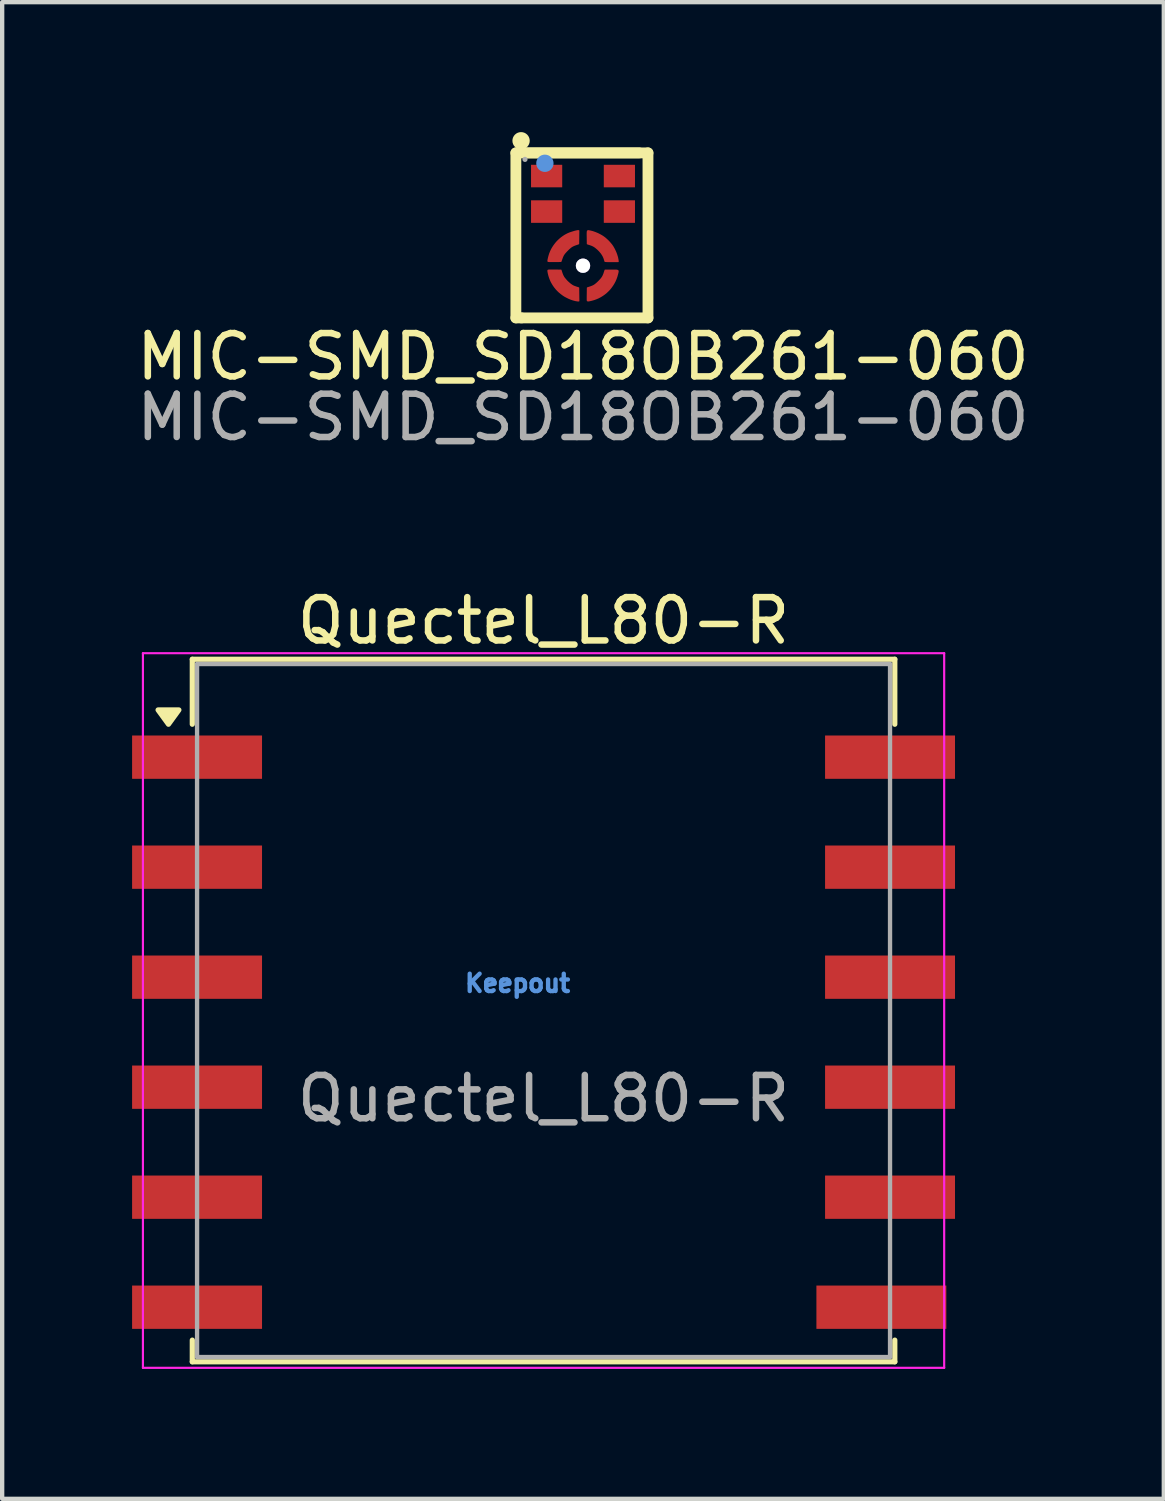
<source format=kicad_pcb>
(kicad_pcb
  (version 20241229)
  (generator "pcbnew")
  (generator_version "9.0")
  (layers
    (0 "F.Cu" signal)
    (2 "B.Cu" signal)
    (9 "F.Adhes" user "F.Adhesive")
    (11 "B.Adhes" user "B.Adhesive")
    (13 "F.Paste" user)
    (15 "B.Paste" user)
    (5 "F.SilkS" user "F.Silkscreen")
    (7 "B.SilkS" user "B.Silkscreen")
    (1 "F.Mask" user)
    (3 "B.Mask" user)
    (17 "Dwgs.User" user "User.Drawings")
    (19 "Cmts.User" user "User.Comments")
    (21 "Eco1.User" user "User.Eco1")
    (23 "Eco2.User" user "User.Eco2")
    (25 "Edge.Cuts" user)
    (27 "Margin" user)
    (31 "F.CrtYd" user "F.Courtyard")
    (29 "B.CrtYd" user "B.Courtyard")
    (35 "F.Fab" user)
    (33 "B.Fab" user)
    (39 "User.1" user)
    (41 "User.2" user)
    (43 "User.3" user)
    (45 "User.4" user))
  (footprint "Quectel_L80-R"
    (layer "F.Cu")
    (at 9.5 20.282)
    (property "Reference" "Quectel_L80-R" (at 0 -9 180) (layer "F.SilkS") (effects (font (size 1 1) (thickness 0.15))))
    (attr smd)
    (fp_line (start -8.11 -8.11) (end -8.11 -6.61) (stroke (width 0.12) (type solid)) (layer "F.SilkS"))
    (fp_line (start -8.11 8.11) (end -8.11 7.61) (stroke (width 0.12) (type default)) (layer "F.SilkS"))
    (fp_line (start 8.11 -8.11) (end -8.11 -8.11) (stroke (width 0.12) (type solid)) (layer "F.SilkS"))
    (fp_line (start 8.11 -8.11) (end 8.11 -6.61) (stroke (width 0.12) (type solid)) (layer "F.SilkS"))
    (fp_line (start 8.11 8.11) (end -8.11 8.11) (stroke (width 0.12) (type solid)) (layer "F.SilkS"))
    (fp_line (start 8.11 8.11) (end 8.11 7.61) (stroke (width 0.12) (type default)) (layer "F.SilkS"))
    (fp_poly (pts (xy -8.66 -6.61) (xy -8.9 -6.94) (xy -8.42 -6.94) (xy -8.66 -6.61)) (stroke (width 0.12) (type solid)) (fill yes) (layer "F.SilkS"))
    (fp_line (start -9.25 -8.25) (end -9.25 8.25) (stroke (width 0.05) (type solid)) (layer "F.CrtYd"))
    (fp_line (start -9.25 -8.25) (end 9.25 -8.25) (stroke (width 0.05) (type solid)) (layer "F.CrtYd"))
    (fp_line (start -9.25 8.25) (end 9.25 8.25) (stroke (width 0.05) (type solid)) (layer "F.CrtYd"))
    (fp_line (start 9.25 8.25) (end 9.25 -8.25) (stroke (width 0.05) (type solid)) (layer "F.CrtYd"))
    (fp_line (start -8 8) (end -8 -8) (stroke (width 0.1) (type solid)) (layer "F.Fab"))
    (fp_line (start 8 -8) (end -8 -8) (stroke (width 0.1) (type solid)) (layer "F.Fab"))
    (fp_line (start 8 8) (end -8 8) (stroke (width 0.1) (type solid)) (layer "F.Fab"))
    (fp_line (start 8 8) (end 8 -8) (stroke (width 0.1) (type solid)) (layer "F.Fab"))
    (fp_text user "Keepout" (at -0.6 -0.63 0) (layer "Cmts.User") (effects (font (size 0.4 0.4) (thickness 0.1))))
    (fp_text user "${REFERENCE}" (at 0 2.032 0) (layer "F.Fab") (effects (font (size 1 1) (thickness 0.15))))
    (pad "1" smd rect (at -8 -5.85 180) (size 3 1) (layers "F.Cu" "F.Mask" "F.Paste"))
    (pad "2" smd rect (at -8 -3.31 180) (size 3 1) (layers "F.Cu" "F.Mask" "F.Paste"))
    (pad "3" smd rect (at -8 -0.77 180) (size 3 1) (layers "F.Cu" "F.Mask" "F.Paste"))
    (pad "4" smd rect (at -8 1.77 180) (size 3 1) (layers "F.Cu" "F.Mask" "F.Paste"))
    (pad "5" smd rect (at -8 4.31 180) (size 3 1) (layers "F.Cu" "F.Mask" "F.Paste"))
    (pad "6" smd rect (at -8 6.85 180) (size 3 1) (layers "F.Cu" "F.Mask" "F.Paste"))
    (pad "7" smd rect (at 7.8 6.85 180) (size 3 1) (layers "F.Cu" "F.Mask" "F.Paste"))
    (pad "8" smd rect (at 8 4.31 180) (size 3 1) (layers "F.Cu" "F.Mask" "F.Paste"))
    (pad "9" smd rect (at 8 1.77 180) (size 3 1) (layers "F.Cu" "F.Mask" "F.Paste"))
    (pad "10" smd rect (at 8 -0.77 180) (size 3 1) (layers "F.Cu" "F.Mask" "F.Paste"))
    (pad "11" smd rect (at 8 -3.31 180) (size 3 1) (layers "F.Cu" "F.Mask" "F.Paste"))
    (pad "12" smd rect (at 8 -5.85 180) (size 3 1) (layers "F.Cu" "F.Mask" "F.Paste"))
    (zone (net_name "") (layer "F.Cu") (hatch full 0.508) (connect_pads) (min_thickness 0.254) (filled_areas_thickness no) (keepout (tracks not_allowed) (vias not_allowed) (pads not_allowed) (copperpour not_allowed) (footprints not_allowed)) (placement (enabled no)) (fill) (polygon (pts (xy 10.155 19.651) (xy 10.136 19.434) (xy 10.079 19.222) (xy 9.987 19.024) (xy 9.861 18.845) (xy 9.707 18.69) (xy 9.527 18.565) (xy 9.329 18.472) (xy 9.118 18.416) (xy 8.9 18.397) (xy 8.682 18.416) (xy 8.471 18.472) (xy 8.273 18.565) (xy 8.093 18.69) (xy 7.939 18.845) (xy 7.813 19.024) (xy 7.721 19.222) (xy 7.664 19.434) (xy 7.645 19.651) (xy 7.664 19.869) (xy 7.721 20.081) (xy 7.813 20.279) (xy 7.939 20.458) (xy 8.093 20.613) (xy 8.273 20.738) (xy 8.471 20.831) (xy 8.682 20.887) (xy 8.9 20.906) (xy 9.118 20.887) (xy 9.329 20.831) (xy 9.527 20.738) (xy 9.707 20.613) (xy 9.861 20.458) (xy 9.987 20.279) (xy 10.079 20.081) (xy 10.136 19.869)))))
  (footprint "MIC-SMD_SD18OB261-060"
    (layer "F.Cu")
    (at 10.411 2.285)
    (property "Reference" "MIC-SMD_SD18OB261-060" (at 0 2.9 0) (unlocked yes) (layer "F.SilkS") (effects (font (size 1 1) (thickness 0.15))))
    (attr smd)
    (fp_line (start -1.55 -1.805) (end 1.5 -1.805) (stroke (width 0.25) (type solid)) (layer "F.SilkS"))
    (fp_line (start -1.55 2.005) (end -1.55 -1.805) (stroke (width 0.25) (type solid)) (layer "F.SilkS"))
    (fp_line (start -1.42 2.005) (end -1.55 2.005) (stroke (width 0.25) (type solid)) (layer "F.SilkS"))
    (fp_line (start -1.42 2.005) (end 1.5 2.005) (stroke (width 0.25) (type solid)) (layer "F.SilkS"))
    (fp_line (start 1.3 -1.805) (end -1.35 -1.805) (stroke (width 0.25) (type solid)) (layer "F.SilkS"))
    (fp_line (start 1.5 2.005) (end 1.5 -1.805) (stroke (width 0.25) (type solid)) (layer "F.SilkS"))
    (fp_circle (center -1.43 -2.085) (end -1.33 -2.085) (stroke (width 0.2) (type solid)) (fill no) (layer "F.SilkS"))
    (fp_circle (center -0.88 -1.565) (end -0.78 -1.565) (stroke (width 0.2) (type solid)) (fill no) (layer "Cmts.User"))
    (fp_circle (center -1.34 -1.655) (end -1.31 -1.655) (stroke (width 0.06) (type solid)) (fill no) (layer "F.Fab"))
    (fp_text user "${REFERENCE}" (at 0 4.3 0) (unlocked yes) (layer "F.Fab") (effects (font (size 1 1) (thickness 0.15))))
    (pad "" thru_hole circle (at 0 0.8) (size 0.33 0.33) (drill 0.33) (layers "*.Cu" "*.Mask"))
    (pad "1" smd rect (at -0.84 -1.27) (size 0.72 0.52) (layers "F.Cu" "F.Mask" "F.Paste"))
    (pad "2" smd rect (at -0.84 -0.45) (size 0.72 0.52) (layers "F.Cu" "F.Mask" "F.Paste"))
    (pad "3" smd custom (at -0.53 1.24) (size 0.1 0.1) (layers "F.Cu" "F.Mask" "F.Paste") (options (anchor circle)) (primitives (gr_poly (pts (xy -0.187 -0.34) (xy -0.169 -0.34) (xy -0.127 -0.339) (xy 0.022 -0.338) (xy 0.039 -0.284) (xy 0.047 -0.261) (xy 0.056 -0.238) (xy 0.06 -0.227) (xy 0.065 -0.217) (xy 0.068 -0.209) (xy 0.072 -0.202) (xy 0.08 -0.187) (xy 0.089 -0.172) (xy 0.1 -0.157) (xy 0.113 -0.141) (xy 0.127 -0.124) (xy 0.141 -0.108) (xy 0.156 -0.091) (xy 0.172 -0.075) (xy 0.189 -0.059) (xy 0.206 -0.044) (xy 0.222 -0.03) (xy 0.239 -0.016) (xy 0.256 -0.004) (xy 0.272 0.007) (xy 0.287 0.017) (xy 0.302 0.025) (xy 0.309 0.029) (xy 0.319 0.033) (xy 0.329 0.037) (xy 0.34 0.041) (xy 0.351 0.045) (xy 0.362 0.049) (xy 0.373 0.053) (xy 0.383 0.056) (xy 0.43 0.071) (xy 0.432 0.222) (xy 0.434 0.374) (xy 0.412 0.373) (xy 0.407 0.373) (xy 0.4 0.372) (xy 0.393 0.371) (xy 0.385 0.37) (xy 0.376 0.368) (xy 0.367 0.367) (xy 0.358 0.365) (xy 0.35 0.363) (xy 0.349 0.363) (xy 0.297 0.349) (xy 0.247 0.332) (xy 0.198 0.311) (xy 0.151 0.288) (xy 0.105 0.263) (xy 0.061 0.234) (xy 0.02 0.203) (xy -0.02 0.17) (xy -0.057 0.135) (xy -0.092 0.097) (xy -0.124 0.057) (xy -0.154 0.015) (xy -0.181 -0.029) (xy -0.206 -0.074) (xy -0.227 -0.122) (xy -0.245 -0.17) (xy -0.253 -0.195) (xy -0.26 -0.22) (xy -0.266 -0.245) (xy -0.272 -0.269) (xy -0.276 -0.291) (xy -0.279 -0.31) (xy -0.28 -0.317) (xy -0.28 -0.323) (xy -0.28 -0.328) (xy -0.279 -0.331) (xy -0.279 -0.332) (xy -0.278 -0.333) (xy -0.278 -0.334) (xy -0.277 -0.334) (xy -0.276 -0.335) (xy -0.275 -0.335) (xy -0.273 -0.336) (xy -0.272 -0.336) (xy -0.27 -0.337) (xy -0.268 -0.337) (xy -0.265 -0.338) (xy -0.263 -0.338) (xy -0.26 -0.338) (xy -0.256 -0.339) (xy -0.249 -0.339) (xy -0.24 -0.339) (xy -0.229 -0.34) (xy -0.217 -0.34) (xy -0.203 -0.34)) (width 0.025) (fill yes))))
    (pad "3" smd custom (at -0.38 0.32) (size 0.1 0.1) (layers "F.Cu" "F.Mask" "F.Paste") (options (anchor circle)) (primitives (gr_poly (pts (xy 0.281 -0.178) (xy 0.279 -0.026) (xy 0.218 -0.005) (xy 0.202 0.000475) (xy 0.188 0.006) (xy 0.174 0.011) (xy 0.162 0.017) (xy 0.15 0.022) (xy 0.139 0.028) (xy 0.128 0.034) (xy 0.117 0.041) (xy 0.107 0.048) (xy 0.096 0.056) (xy 0.085 0.065) (xy 0.074 0.075) (xy 0.062 0.085) (xy 0.049 0.097) (xy 0.022 0.124) (xy 0.007 0.139) (xy -0.006 0.152) (xy -0.017 0.165) (xy -0.028 0.177) (xy -0.038 0.188) (xy -0.047 0.199) (xy -0.055 0.21) (xy -0.062 0.22) (xy -0.069 0.231) (xy -0.075 0.242) (xy -0.081 0.253) (xy -0.086 0.265) (xy -0.092 0.277) (xy -0.097 0.291) (xy -0.102 0.305) (xy -0.108 0.321) (xy -0.129 0.382) (xy -0.277 0.384) (xy -0.351 0.384) (xy -0.377 0.384) (xy -0.397 0.383) (xy -0.412 0.382) (xy -0.421 0.381) (xy -0.424 0.38) (xy -0.427 0.379) (xy -0.428 0.378) (xy -0.429 0.377) (xy -0.429 0.377) (xy -0.429 0.375) (xy -0.429 0.373) (xy -0.43 0.368) (xy -0.429 0.361) (xy -0.428 0.353) (xy -0.427 0.344) (xy -0.425 0.334) (xy -0.42 0.311) (xy -0.414 0.285) (xy -0.407 0.259) (xy -0.399 0.232) (xy -0.395 0.219) (xy -0.391 0.206) (xy -0.375 0.166) (xy -0.358 0.127) (xy -0.338 0.088) (xy -0.316 0.051) (xy -0.292 0.015) (xy -0.266 -0.02) (xy -0.239 -0.054) (xy -0.21 -0.086) (xy -0.179 -0.116) (xy -0.147 -0.145) (xy -0.113 -0.172) (xy -0.079 -0.197) (xy -0.043 -0.22) (xy -0.006 -0.241) (xy 0.032 -0.26) (xy 0.07 -0.276) (xy 0.096 -0.285) (xy 0.124 -0.294) (xy 0.153 -0.303) (xy 0.182 -0.312) (xy 0.209 -0.319) (xy 0.232 -0.324) (xy 0.251 -0.328) (xy 0.259 -0.329) (xy 0.265 -0.329) (xy 0.283 -0.329)) (width 0.025) (fill yes))))
    (pad "3" smd custom (at 0.45 0.33) (size 0.1 0.1) (layers "F.Cu" "F.Mask" "F.Paste") (options (anchor circle)) (primitives (gr_poly (pts (xy -0.322 -0.338) (xy -0.313 -0.337) (xy -0.292 -0.333) (xy -0.271 -0.328) (xy -0.25 -0.323) (xy -0.228 -0.317) (xy -0.206 -0.31) (xy -0.184 -0.302) (xy -0.162 -0.294) (xy -0.14 -0.285) (xy -0.118 -0.276) (xy -0.096 -0.266) (xy -0.075 -0.255) (xy -0.054 -0.244) (xy -0.034 -0.233) (xy -0.014 -0.221) (xy 0.005 -0.21) (xy 0.023 -0.197) (xy 0.04 -0.185) (xy 0.053 -0.175) (xy 0.065 -0.165) (xy 0.078 -0.154) (xy 0.091 -0.142) (xy 0.104 -0.13) (xy 0.118 -0.117) (xy 0.131 -0.104) (xy 0.144 -0.091) (xy 0.156 -0.078) (xy 0.169 -0.064) (xy 0.18 -0.051) (xy 0.191 -0.038) (xy 0.202 -0.025) (xy 0.212 -0.012) (xy 0.221 0.000206) (xy 0.229 0.012) (xy 0.241 0.03) (xy 0.252 0.05) (xy 0.264 0.07) (xy 0.275 0.091) (xy 0.285 0.112) (xy 0.295 0.133) (xy 0.305 0.155) (xy 0.314 0.177) (xy 0.322 0.199) (xy 0.33 0.221) (xy 0.336 0.242) (xy 0.343 0.263) (xy 0.348 0.283) (xy 0.352 0.303) (xy 0.356 0.322) (xy 0.359 0.34) (xy 0.363 0.375) (xy 0.212 0.375) (xy 0.153 0.375) (xy 0.104 0.374) (xy 0.086 0.373) (xy 0.071 0.372) (xy 0.062 0.371) (xy 0.059 0.371) (xy 0.058 0.37) (xy 0.058 0.37) (xy 0.058 0.37) (xy 0.058 0.369) (xy 0.057 0.367) (xy 0.056 0.365) (xy 0.055 0.361) (xy 0.053 0.355) (xy 0.051 0.349) (xy 0.049 0.341) (xy 0.044 0.326) (xy 0.039 0.309) (xy 0.033 0.292) (xy 0.026 0.275) (xy 0.018 0.258) (xy 0.01 0.242) (xy 0.000302 0.226) (xy -0.01 0.209) (xy -0.021 0.193) (xy -0.032 0.177) (xy -0.045 0.162) (xy -0.058 0.146) (xy -0.071 0.131) (xy -0.086 0.116) (xy -0.101 0.101) (xy -0.117 0.086) (xy -0.134 0.072) (xy -0.144 0.063) (xy -0.154 0.055) (xy -0.164 0.047) (xy -0.173 0.04) (xy -0.183 0.034) (xy -0.192 0.028) (xy -0.2 0.023) (xy -0.209 0.017) (xy -0.219 0.013) (xy -0.228 0.008) (xy -0.238 0.003) (xy -0.248 -0.001) (xy -0.259 -0.005) (xy -0.271 -0.009) (xy -0.283 -0.014) (xy -0.297 -0.018) (xy -0.35 -0.035) (xy -0.352 -0.184) (xy -0.353 -0.24) (xy -0.353 -0.281) (xy -0.352 -0.297) (xy -0.351 -0.31) (xy -0.35 -0.32) (xy -0.348 -0.327) (xy -0.346 -0.33) (xy -0.344 -0.333) (xy -0.343 -0.335) (xy -0.341 -0.336) (xy -0.338 -0.338) (xy -0.336 -0.338) (xy -0.329 -0.339)) (width 0.025) (fill yes))))
    (pad "3" smd custom (at 0.63 1.11) (size 0.1 0.1) (layers "F.Cu" "F.Mask" "F.Paste") (options (anchor circle)) (primitives (gr_poly (pts (xy 0.109 -0.208) (xy 0.128 -0.207) (xy 0.144 -0.207) (xy 0.156 -0.205) (xy 0.162 -0.204) (xy 0.166 -0.202) (xy 0.17 -0.201) (xy 0.173 -0.199) (xy 0.176 -0.197) (xy 0.178 -0.194) (xy 0.179 -0.191) (xy 0.18 -0.188) (xy 0.181 -0.184) (xy 0.181 -0.18) (xy 0.18 -0.17) (xy 0.178 -0.158) (xy 0.175 -0.144) (xy 0.166 -0.109) (xy 0.151 -0.055) (xy 0.132 -0.003) (xy 0.11 0.048) (xy 0.084 0.097) (xy 0.055 0.144) (xy 0.023 0.189) (xy -0.011 0.232) (xy -0.049 0.272) (xy -0.089 0.31) (xy -0.131 0.344) (xy -0.176 0.376) (xy -0.223 0.405) (xy -0.272 0.431) (xy -0.323 0.453) (xy -0.375 0.472) (xy -0.428 0.487) (xy -0.455 0.493) (xy -0.476 0.498) (xy -0.493 0.501) (xy -0.5 0.502) (xy -0.506 0.503) (xy -0.511 0.503) (xy -0.516 0.503) (xy -0.52 0.502) (xy -0.523 0.502) (xy -0.525 0.5) (xy -0.527 0.499) (xy -0.529 0.497) (xy -0.53 0.495) (xy -0.53 0.495) (xy -0.531 0.493) (xy -0.531 0.49) (xy -0.532 0.48) (xy -0.532 0.466) (xy -0.532 0.447) (xy -0.532 0.4) (xy -0.531 0.344) (xy -0.529 0.201) (xy -0.469 0.182) (xy -0.454 0.177) (xy -0.439 0.171) (xy -0.425 0.166) (xy -0.413 0.161) (xy -0.4 0.155) (xy -0.388 0.149) (xy -0.377 0.143) (xy -0.366 0.136) (xy -0.355 0.128) (xy -0.344 0.12) (xy -0.333 0.111) (xy -0.321 0.102) (xy -0.309 0.091) (xy -0.296 0.079) (xy -0.283 0.067) (xy -0.269 0.053) (xy -0.255 0.039) (xy -0.242 0.025) (xy -0.231 0.013) (xy -0.22 0.001) (xy -0.21 -0.011) (xy -0.202 -0.022) (xy -0.193 -0.033) (xy -0.186 -0.044) (xy -0.179 -0.055) (xy -0.173 -0.067) (xy -0.167 -0.078) (xy -0.161 -0.091) (xy -0.156 -0.104) (xy -0.15 -0.117) (xy -0.145 -0.132) (xy -0.14 -0.148) (xy -0.12 -0.208) (xy 0.029 -0.208) (xy 0.086 -0.208)) (width 0.025) (fill yes))))
    (pad "4" smd rect (at 0.84 -0.45) (size 0.72 0.52) (layers "F.Cu" "F.Mask" "F.Paste"))
    (pad "5" smd rect (at 0.84 -1.27) (size 0.72 0.52) (layers "F.Cu" "F.Mask" "F.Paste")))
  (gr_rect
    (start -3 -3)
    (end 23.821 31.556)
    (stroke (width 0.1) (type default))
    (fill no)
    (layer "Edge.Cuts")))
</source>
